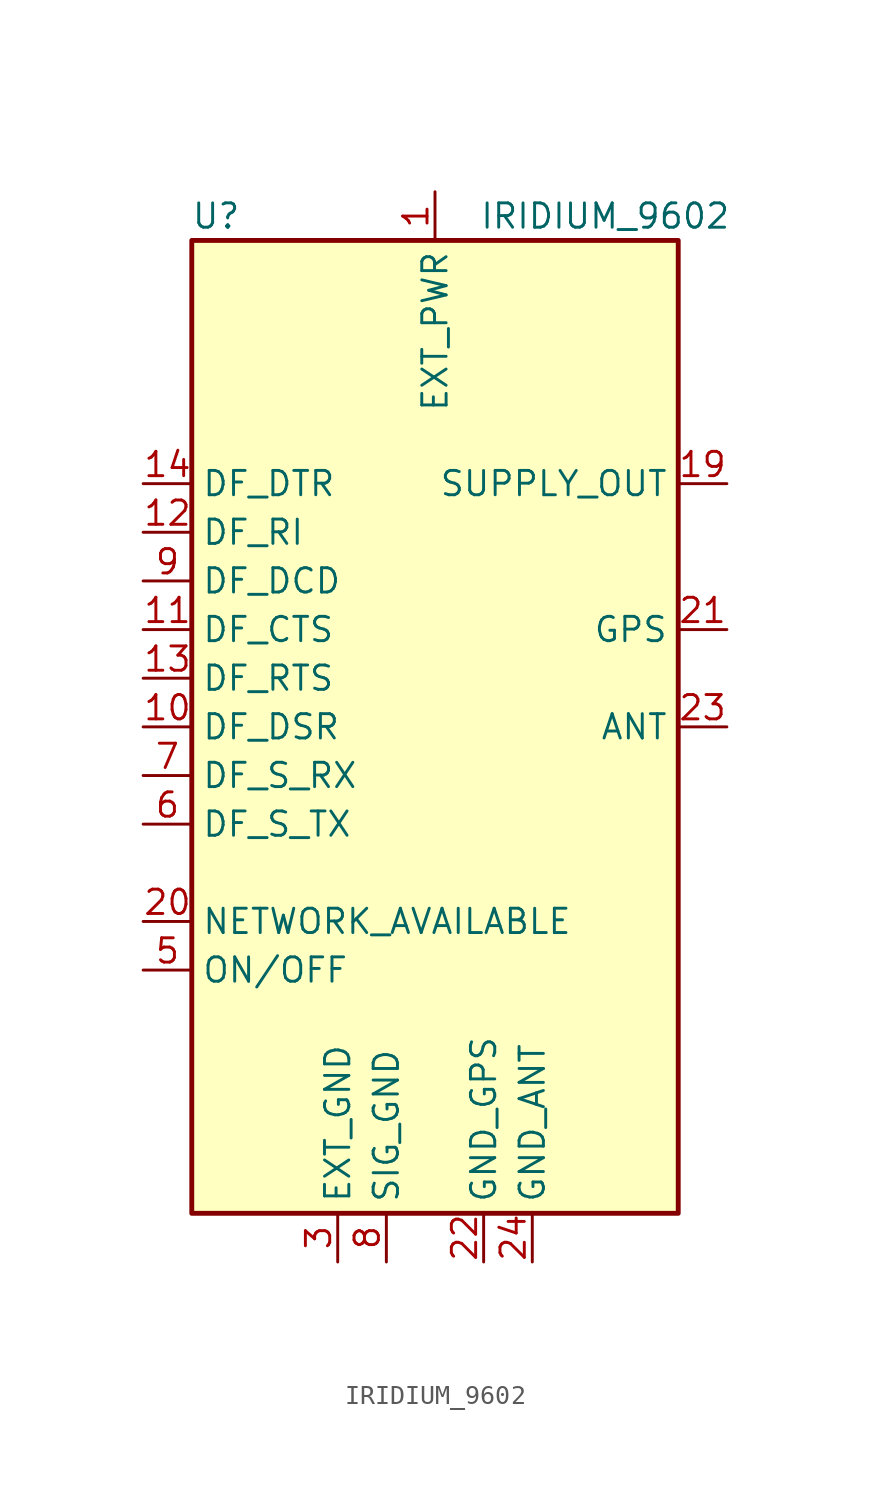
<source format=kicad_sym>
(kicad_symbol_lib
  (version 20211014)
  (generator kicad_symbol_editor)
  (symbol "IRIDIUM_9602"
    (property "Reference" "U"
      (at -11.43 26.67 0)
      (effects (font (size 1.27 1.27))))
    (property "Value" "IRIDIUM_9602"
      (at 8.89 26.67 0)
      (effects (font (size 1.27 1.27))))
    (symbol "IRIDIUM_9602_0_1"
      (rectangle (start 12.7 25.4) (end -12.7 -25.4) (stroke (width 0.254) (type default) (color 0 0 0 0)) (fill (type background))))
    (symbol "IRIDIUM_9602_1_1"
      (pin power_in line (at 0 27.94 270) (length 2.54) (name "EXT_PWR" (effects (font (size 1.27 1.27)))) (number "1" (effects (font (size 1.27 1.27)))))
      (pin output line (at -15.24 0 0) (length 2.54) (name "DF_DSR" (effects (font (size 1.27 1.27)))) (number "10" (effects (font (size 1.27 1.27)))))
      (pin output line (at -15.24 5.08 0) (length 2.54) (name "DF_CTS" (effects (font (size 1.27 1.27)))) (number "11" (effects (font (size 1.27 1.27)))))
      (pin output line (at -15.24 10.16 0) (length 2.54) (name "DF_RI" (effects (font (size 1.27 1.27)))) (number "12" (effects (font (size 1.27 1.27)))))
      (pin input line (at -15.24 2.54 0) (length 2.54) (name "DF_RTS" (effects (font (size 1.27 1.27)))) (number "13" (effects (font (size 1.27 1.27)))))
      (pin input line (at -15.24 12.7 0) (length 2.54) (name "DF_DTR" (effects (font (size 1.27 1.27)))) (number "14" (effects (font (size 1.27 1.27)))))
      (pin passive line (at -2.54 -27.94 90) (length 2.54) hide (name "SIG_GND" (effects (font (size 1.27 1.27)))) (number "15" (effects (font (size 1.27 1.27)))))
      (pin no_connect line (at -12.7 17.78 0) (length 2.54) hide (name "Reserved" (effects (font (size 1.27 1.27)))) (number "16" (effects (font (size 1.27 1.27)))))
      (pin no_connect line (at -12.7 15.24 0) (length 2.54) hide (name "Reserved" (effects (font (size 1.27 1.27)))) (number "17" (effects (font (size 1.27 1.27)))))
      (pin passive line (at -2.54 -27.94 90) (length 2.54) hide (name "SIG_GND" (effects (font (size 1.27 1.27)))) (number "18" (effects (font (size 1.27 1.27)))))
      (pin power_out line (at 15.24 12.7 180) (length 2.54) (name "SUPPLY_OUT" (effects (font (size 1.27 1.27)))) (number "19" (effects (font (size 1.27 1.27)))))
      (pin passive line (at 0 27.94 270) (length 2.54) hide (name "EXT_PWR" (effects (font (size 1.27 1.27)))) (number "2" (effects (font (size 1.27 1.27)))))
      (pin output line (at -15.24 -10.16 0) (length 2.54) (name "NETWORK_AVAILABLE" (effects (font (size 1.27 1.27)))) (number "20" (effects (font (size 1.27 1.27)))))
      (pin passive line (at 15.24 5.08 180) (length 2.54) (name "GPS" (effects (font (size 1.27 1.27)))) (number "21" (effects (font (size 1.27 1.27)))))
      (pin passive line (at 2.54 -27.94 90) (length 2.54) (name "GND_GPS" (effects (font (size 1.27 1.27)))) (number "22" (effects (font (size 1.27 1.27)))))
      (pin passive line (at 15.24 0 180) (length 2.54) (name "ANT" (effects (font (size 1.27 1.27)))) (number "23" (effects (font (size 1.27 1.27)))))
      (pin passive line (at 5.08 -27.94 90) (length 2.54) (name "GND_ANT" (effects (font (size 1.27 1.27)))) (number "24" (effects (font (size 1.27 1.27)))))
      (pin power_in line (at -5.08 -27.94 90) (length 2.54) (name "EXT_GND" (effects (font (size 1.27 1.27)))) (number "3" (effects (font (size 1.27 1.27)))))
      (pin passive line (at -5.08 -27.94 90) (length 2.54) hide (name "EXT_GND" (effects (font (size 1.27 1.27)))) (number "4" (effects (font (size 1.27 1.27)))))
      (pin input line (at -15.24 -12.7 0) (length 2.54) (name "ON/OFF" (effects (font (size 1.27 1.27)))) (number "5" (effects (font (size 1.27 1.27)))))
      (pin input line (at -15.24 -5.08 0) (length 2.54) (name "DF_S_TX" (effects (font (size 1.27 1.27)))) (number "6" (effects (font (size 1.27 1.27)))))
      (pin output line (at -15.24 -2.54 0) (length 2.54) (name "DF_S_RX" (effects (font (size 1.27 1.27)))) (number "7" (effects (font (size 1.27 1.27)))))
      (pin power_in line (at -2.54 -27.94 90) (length 2.54) (name "SIG_GND" (effects (font (size 1.27 1.27)))) (number "8" (effects (font (size 1.27 1.27)))))
      (pin output line (at -15.24 7.62 0) (length 2.54) (name "DF_DCD" (effects (font (size 1.27 1.27)))) (number "9" (effects (font (size 1.27 1.27))))))))
</source>
